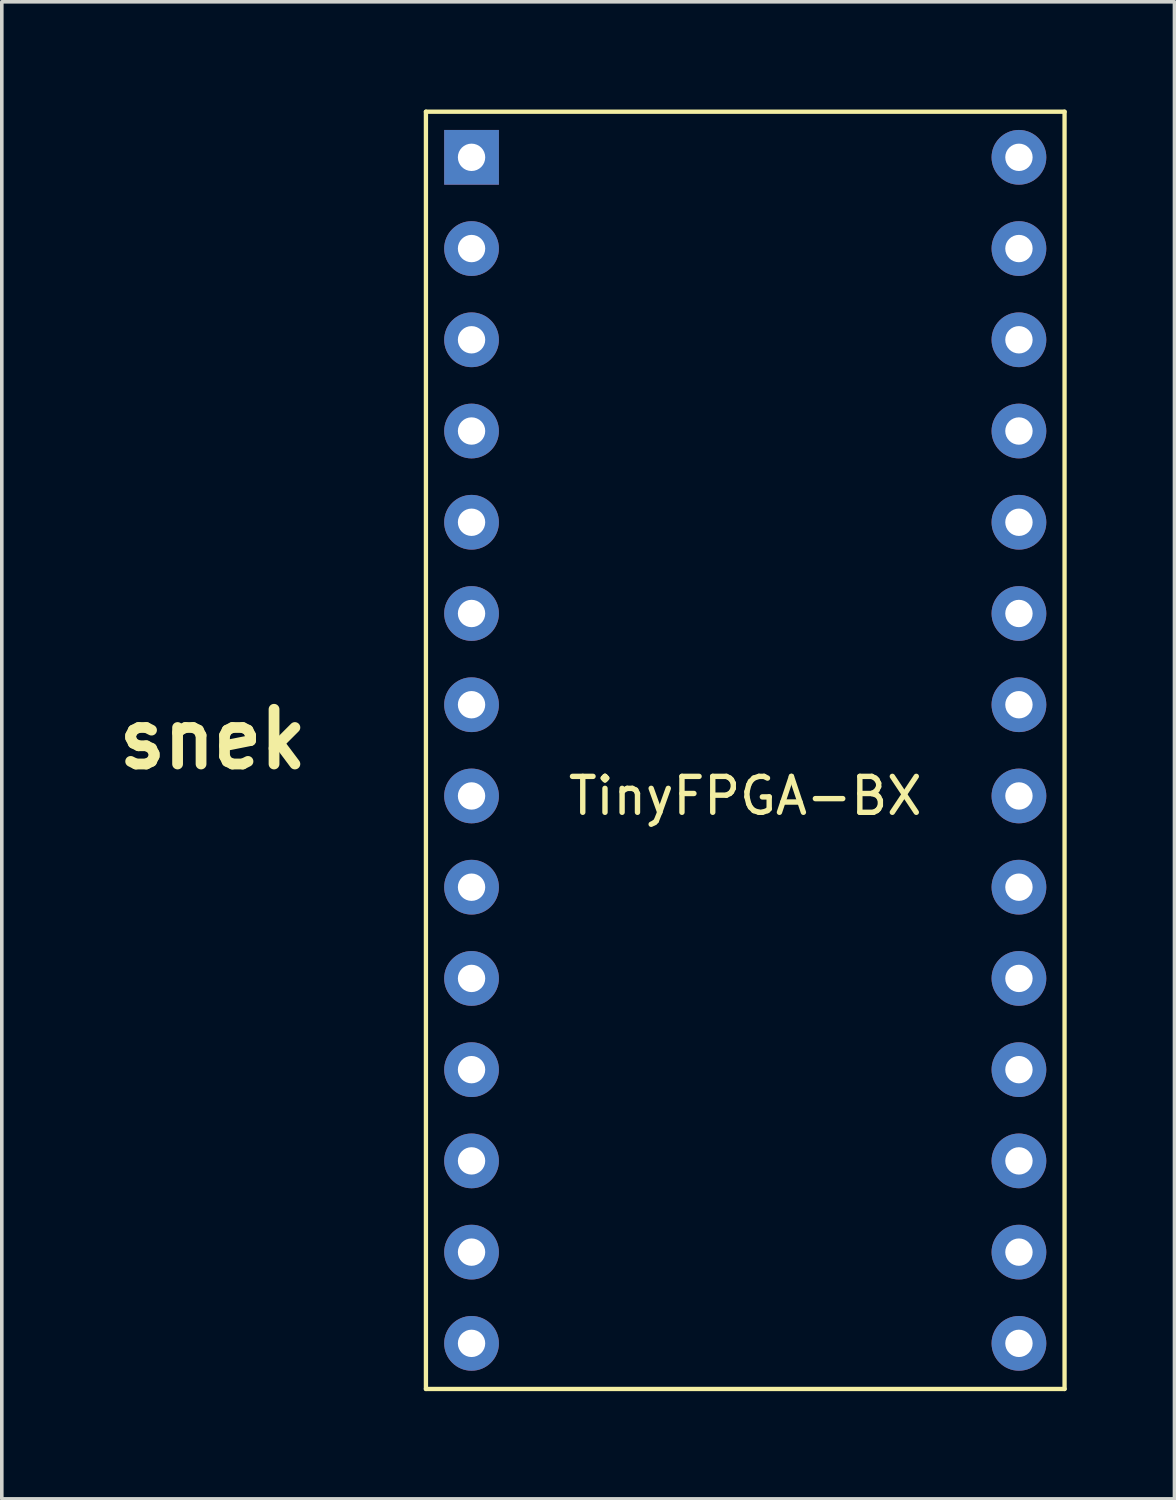
<source format=kicad_pcb>
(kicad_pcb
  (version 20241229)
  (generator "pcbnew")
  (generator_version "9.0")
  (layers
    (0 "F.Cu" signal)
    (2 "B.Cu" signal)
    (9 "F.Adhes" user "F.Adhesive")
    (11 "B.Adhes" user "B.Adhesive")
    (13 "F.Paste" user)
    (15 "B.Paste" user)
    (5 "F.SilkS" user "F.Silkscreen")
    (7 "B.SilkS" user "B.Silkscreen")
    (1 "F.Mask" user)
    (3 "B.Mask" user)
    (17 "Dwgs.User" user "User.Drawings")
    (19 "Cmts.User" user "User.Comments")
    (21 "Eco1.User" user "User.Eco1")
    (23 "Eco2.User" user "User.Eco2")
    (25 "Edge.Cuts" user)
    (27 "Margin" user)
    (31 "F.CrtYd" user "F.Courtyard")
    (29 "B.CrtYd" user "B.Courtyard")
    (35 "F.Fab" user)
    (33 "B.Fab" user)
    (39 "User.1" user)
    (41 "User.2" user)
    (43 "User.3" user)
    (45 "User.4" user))
  (footprint "snek"
    (layer "F.Cu")
    (at 2.874 17.531)
    (property "Reference" "snek" (at 0 0 0) (layer "F.SilkS") (effects (font (size 1.524 1.524) (thickness 0.3))))
    (attr through_hole)
    (fp_poly (pts (xy -1.169 -7.277) (xy -1.104 -7.202) (xy -1.05 -7.019) (xy -1.019 -6.752) (xy -1.016 -6.643) (xy -1.016 -6.248) (xy -0.546 -6.678) (xy -0.089 -7.021) (xy 0.358 -7.217) (xy 0.782 -7.262) (xy 1.167 -7.154) (xy 1.444 -6.951) (xy 1.621 -6.724) (xy 1.745 -6.436) (xy 1.821 -6.058) (xy 1.859 -5.56) (xy 1.865 -5.207) (xy 1.88 -4.725) (xy 1.916 -4.171) (xy 1.968 -3.641) (xy 1.99 -3.471) (xy 2.05 -3.03) (xy 2.088 -2.725) (xy 2.101 -2.526) (xy 2.091 -2.4) (xy 2.054 -2.317) (xy 1.991 -2.245) (xy 1.947 -2.201) (xy 1.73 -2.053) (xy 1.525 -2.07) (xy 1.368 -2.188) (xy 1.277 -2.362) (xy 1.195 -2.68) (xy 1.125 -3.117) (xy 1.07 -3.647) (xy 1.032 -4.244) (xy 1.016 -4.883) (xy 1.016 -4.993) (xy 1.009 -5.507) (xy 0.983 -5.874) (xy 0.93 -6.119) (xy 0.843 -6.265) (xy 0.713 -6.334) (xy 0.553 -6.35) (xy 0.228 -6.268) (xy -0.101 -6.027) (xy -0.424 -5.641) (xy -0.73 -5.118) (xy -0.741 -5.095) (xy -0.877 -4.814) (xy -0.967 -4.59) (xy -1.023 -4.375) (xy -1.054 -4.121) (xy -1.068 -3.781) (xy -1.075 -3.448) (xy -1.091 -2.97) (xy -1.122 -2.607) (xy -1.164 -2.38) (xy -1.191 -2.321) (xy -1.375 -2.214) (xy -1.607 -2.211) (xy -1.808 -2.307) (xy -1.871 -2.386) (xy -1.896 -2.521) (xy -1.914 -2.795) (xy -1.924 -3.182) (xy -1.927 -3.654) (xy -1.923 -4.184) (xy -1.914 -4.745) (xy -1.899 -5.309) (xy -1.88 -5.85) (xy -1.857 -6.34) (xy -1.831 -6.752) (xy -1.802 -7.059) (xy -1.771 -7.234) (xy -1.759 -7.26) (xy -1.589 -7.354) (xy -1.365 -7.357) (xy -1.169 -7.277)) (stroke (width 0.01) (type solid)) (fill yes) (layer "F.Mask"))
    (fp_poly (pts (xy -1.156 10.029) (xy -1.121 10.04) (xy -1.008 10.102) (xy -0.92 10.211) (xy -0.855 10.385) (xy -0.811 10.641) (xy -0.786 10.999) (xy -0.778 11.475) (xy -0.784 12.088) (xy -0.797 12.679) (xy -0.81 13.313) (xy -0.813 13.821) (xy -0.805 14.192) (xy -0.787 14.414) (xy -0.763 14.478) (xy -0.656 14.422) (xy -0.453 14.268) (xy -0.177 14.036) (xy 0.147 13.749) (xy 0.495 13.426) (xy 0.845 13.09) (xy 1.056 12.878) (xy 1.32 12.622) (xy 1.554 12.42) (xy 1.724 12.299) (xy 1.784 12.277) (xy 1.97 12.35) (xy 2.126 12.53) (xy 2.2 12.753) (xy 2.201 12.779) (xy 2.134 12.945) (xy 1.932 13.214) (xy 1.595 13.584) (xy 1.455 13.728) (xy 0.709 14.485) (xy 1.376 15.391) (xy 1.783 15.96) (xy 2.08 16.418) (xy 2.272 16.776) (xy 2.362 17.049) (xy 2.356 17.25) (xy 2.258 17.391) (xy 2.086 17.481) (xy 1.996 17.513) (xy 1.92 17.526) (xy 1.845 17.503) (xy 1.753 17.428) (xy 1.63 17.284) (xy 1.458 17.055) (xy 1.223 16.725) (xy 0.909 16.276) (xy 0.836 16.171) (xy 0.585 15.814) (xy 0.365 15.505) (xy 0.197 15.272) (xy 0.1 15.142) (xy 0.087 15.127) (xy -0.013 15.132) (xy -0.205 15.218) (xy -0.405 15.337) (xy -0.623 15.5) (xy -0.772 15.672) (xy -0.865 15.889) (xy -0.913 16.187) (xy -0.93 16.603) (xy -0.931 16.813) (xy -0.945 17.099) (xy -0.999 17.271) (xy -1.11 17.387) (xy -1.12 17.394) (xy -1.296 17.502) (xy -1.424 17.503) (xy -1.585 17.393) (xy -1.604 17.377) (xy -1.788 17.228) (xy -1.704 14.308) (xy -1.685 13.594) (xy -1.67 12.91) (xy -1.66 12.281) (xy -1.655 11.732) (xy -1.654 11.286) (xy -1.659 10.968) (xy -1.666 10.837) (xy -1.685 10.529) (xy -1.672 10.338) (xy -1.616 10.213) (xy -1.531 10.123) (xy -1.352 10.012) (xy -1.156 10.029)) (stroke (width 0.01) (type solid)) (fill yes) (layer "F.Mask"))
    (fp_poly (pts (xy 1.319 -17.445) (xy 1.461 -17.203) (xy 1.555 -16.8) (xy 1.576 -16.615) (xy 1.602 -16.301) (xy 1.602 -16.112) (xy 1.565 -16.006) (xy 1.479 -15.941) (xy 1.402 -15.904) (xy 1.146 -15.852) (xy 0.949 -15.958) (xy 0.808 -16.222) (xy 0.747 -16.402) (xy 0.714 -16.491) (xy 0.714 -16.491) (xy 0.633 -16.478) (xy 0.43 -16.424) (xy 0.142 -16.338) (xy 0.025 -16.301) (xy -0.397 -16.142) (xy -0.733 -15.967) (xy -0.969 -15.788) (xy -1.091 -15.622) (xy -1.086 -15.481) (xy -0.94 -15.382) (xy -0.868 -15.362) (xy -0.387 -15.242) (xy 0.074 -15.099) (xy 0.467 -14.949) (xy 0.746 -14.809) (xy 0.765 -14.796) (xy 1.137 -14.461) (xy 1.378 -14.067) (xy 1.488 -13.644) (xy 1.467 -13.219) (xy 1.316 -12.823) (xy 1.035 -12.485) (xy 0.735 -12.285) (xy 0.417 -12.156) (xy 0.062 -12.083) (xy -0.323 -12.056) (xy -0.66 -12.05) (xy -0.948 -12.056) (xy -1.13 -12.073) (xy -1.143 -12.075) (xy -1.621 -12.23) (xy -1.993 -12.419) (xy -2.248 -12.628) (xy -2.373 -12.843) (xy -2.357 -13.051) (xy -2.188 -13.239) (xy -2.171 -13.25) (xy -2.045 -13.318) (xy -1.924 -13.325) (xy -1.753 -13.264) (xy -1.535 -13.155) (xy -1.22 -13.016) (xy -0.911 -12.947) (xy -0.527 -12.929) (xy -0.029 -12.963) (xy 0.32 -13.065) (xy 0.525 -13.24) (xy 0.593 -13.49) (xy 0.593 -13.492) (xy 0.544 -13.757) (xy 0.387 -13.975) (xy 0.107 -14.157) (xy -0.314 -14.312) (xy -0.777 -14.429) (xy -1.12 -14.519) (xy -1.422 -14.626) (xy -1.624 -14.727) (xy -1.639 -14.738) (xy -1.872 -15.021) (xy -1.979 -15.378) (xy -1.962 -15.771) (xy -1.822 -16.163) (xy -1.587 -16.487) (xy -1.442 -16.613) (xy -1.246 -16.732) (xy -0.969 -16.856) (xy -0.582 -17) (xy -0.158 -17.143) (xy 0.266 -17.28) (xy 0.639 -17.395) (xy 0.927 -17.479) (xy 1.099 -17.522) (xy 1.127 -17.526) (xy 1.319 -17.445)) (stroke (width 0.01) (type solid)) (fill yes) (layer "F.Mask"))
    (fp_poly (pts (xy 0.821 2.741) (xy 1.3 2.894) (xy 1.649 3.143) (xy 1.862 3.483) (xy 1.924 3.751) (xy 1.935 4.005) (xy 1.877 4.192) (xy 1.722 4.399) (xy 1.705 4.418) (xy 1.589 4.537) (xy 1.445 4.654) (xy 1.251 4.782) (xy 0.987 4.93) (xy 0.632 5.112) (xy 0.167 5.338) (xy -0.429 5.62) (xy -0.528 5.666) (xy -1.368 6.059) (xy -1.13 6.297) (xy -0.811 6.568) (xy -0.483 6.728) (xy -0.086 6.801) (xy 0.212 6.811) (xy 0.804 6.768) (xy 1.267 6.636) (xy 1.62 6.409) (xy 1.702 6.327) (xy 1.886 6.16) (xy 2.048 6.113) (xy 2.151 6.129) (xy 2.349 6.251) (xy 2.432 6.463) (xy 2.388 6.718) (xy 2.331 6.824) (xy 2.183 6.969) (xy 1.932 7.141) (xy 1.631 7.303) (xy 1.624 7.306) (xy 1.286 7.45) (xy 0.982 7.535) (xy 0.637 7.579) (xy 0.34 7.594) (xy -0.206 7.587) (xy -0.64 7.528) (xy -0.762 7.495) (xy -1.155 7.314) (xy -1.524 7.049) (xy -1.813 6.746) (xy -1.909 6.596) (xy -2.083 6.094) (xy -2.144 5.518) (xy -2.113 5.096) (xy -1.387 5.096) (xy -1.34 5.163) (xy -1.328 5.164) (xy -1.218 5.128) (xy -0.989 5.03) (xy -0.671 4.884) (xy -0.296 4.705) (xy -0.212 4.663) (xy 0.19 4.462) (xy 0.556 4.272) (xy 0.85 4.113) (xy 1.034 4.004) (xy 1.047 3.995) (xy 1.29 3.827) (xy 1.056 3.674) (xy 0.804 3.57) (xy 0.443 3.5) (xy 0.282 3.486) (xy -0.04 3.476) (xy -0.263 3.505) (xy -0.457 3.588) (xy -0.584 3.667) (xy -0.889 3.957) (xy -1.153 4.38) (xy -1.352 4.902) (xy -1.352 4.902) (xy -1.387 5.096) (xy -2.113 5.096) (xy -2.099 4.911) (xy -1.956 4.315) (xy -1.724 3.773) (xy -1.409 3.327) (xy -1.281 3.201) (xy -0.898 2.924) (xy -0.491 2.76) (xy -0.004 2.692) (xy 0.22 2.688) (xy 0.821 2.741)) (stroke (width 0.01) (type solid)) (fill yes) (layer "F.Mask")))
  (footprint "TinyFPGA-BX"
    (layer "F.Cu")
    (at 17.698 17.84)
    (property "Reference" "TinyFPGA-BX" (at 0 1.27 0) (layer "F.SilkS") (effects (font (size 1 1) (thickness 0.15))))
    (attr through_hole)
    (fp_line (start -8.89 -17.78) (end -8.89 17.78) (stroke (width 0.12) (type solid)) (layer "F.SilkS"))
    (fp_line (start -8.89 -17.78) (end 8.89 -17.78) (stroke (width 0.12) (type solid)) (layer "F.SilkS"))
    (fp_line (start 8.89 -17.78) (end 8.89 17.78) (stroke (width 0.12) (type solid)) (layer "F.SilkS"))
    (fp_line (start 8.89 17.78) (end -8.89 17.78) (stroke (width 0.12) (type solid)) (layer "F.SilkS"))
    (pad "0" thru_hole rect (at -7.62 -16.51) (size 1.524 1.524) (drill 0.762) (layers "*.Cu" "*.Mask"))
    (pad "1" thru_hole circle (at -7.62 -13.97) (size 1.524 1.524) (drill 0.762) (layers "*.Cu" "*.Mask"))
    (pad "2" thru_hole circle (at -7.62 -11.43) (size 1.524 1.524) (drill 0.762) (layers "*.Cu" "*.Mask"))
    (pad "3" thru_hole circle (at -7.62 -8.89) (size 1.524 1.524) (drill 0.762) (layers "*.Cu" "*.Mask"))
    (pad "4" thru_hole circle (at -7.62 -6.35) (size 1.524 1.524) (drill 0.762) (layers "*.Cu" "*.Mask"))
    (pad "5" thru_hole circle (at -7.62 -3.81) (size 1.524 1.524) (drill 0.762) (layers "*.Cu" "*.Mask"))
    (pad "6" thru_hole circle (at -7.62 -1.27) (size 1.524 1.524) (drill 0.762) (layers "*.Cu" "*.Mask"))
    (pad "7" thru_hole circle (at -7.62 1.27) (size 1.524 1.524) (drill 0.762) (layers "*.Cu" "*.Mask"))
    (pad "8" thru_hole circle (at -7.62 3.81) (size 1.524 1.524) (drill 0.762) (layers "*.Cu" "*.Mask"))
    (pad "9" thru_hole circle (at -7.62 6.35) (size 1.524 1.524) (drill 0.762) (layers "*.Cu" "*.Mask"))
    (pad "10" thru_hole circle (at -7.62 8.89) (size 1.524 1.524) (drill 0.762) (layers "*.Cu" "*.Mask"))
    (pad "11" thru_hole circle (at -7.62 11.43) (size 1.524 1.524) (drill 0.762) (layers "*.Cu" "*.Mask"))
    (pad "12" thru_hole circle (at -7.62 13.97) (size 1.524 1.524) (drill 0.762) (layers "*.Cu" "*.Mask"))
    (pad "13" thru_hole circle (at -7.62 16.51) (size 1.524 1.524) (drill 0.762) (layers "*.Cu" "*.Mask"))
    (pad "14" thru_hole circle (at 7.62 16.51) (size 1.524 1.524) (drill 0.762) (layers "*.Cu" "*.Mask"))
    (pad "15" thru_hole circle (at 7.62 13.97) (size 1.524 1.524) (drill 0.762) (layers "*.Cu" "*.Mask"))
    (pad "16" thru_hole circle (at 7.62 11.43) (size 1.524 1.524) (drill 0.762) (layers "*.Cu" "*.Mask"))
    (pad "17" thru_hole circle (at 7.62 8.89) (size 1.524 1.524) (drill 0.762) (layers "*.Cu" "*.Mask"))
    (pad "18" thru_hole circle (at 7.62 6.35) (size 1.524 1.524) (drill 0.762) (layers "*.Cu" "*.Mask"))
    (pad "19" thru_hole circle (at 7.62 3.81) (size 1.524 1.524) (drill 0.762) (layers "*.Cu" "*.Mask"))
    (pad "20" thru_hole circle (at 7.62 1.27) (size 1.524 1.524) (drill 0.762) (layers "*.Cu" "*.Mask"))
    (pad "21" thru_hole circle (at 7.62 -1.27) (size 1.524 1.524) (drill 0.762) (layers "*.Cu" "*.Mask"))
    (pad "22" thru_hole circle (at 7.62 -3.81) (size 1.524 1.524) (drill 0.762) (layers "*.Cu" "*.Mask"))
    (pad "23" thru_hole circle (at 7.62 -6.35) (size 1.524 1.524) (drill 0.762) (layers "*.Cu" "*.Mask"))
    (pad "24" thru_hole circle (at 7.62 -8.89) (size 1.524 1.524) (drill 0.762) (layers "*.Cu" "*.Mask"))
    (pad "25" thru_hole circle (at 7.62 -11.43) (size 1.524 1.524) (drill 0.762) (layers "*.Cu" "*.Mask"))
    (pad "26" thru_hole circle (at 7.62 -13.97) (size 1.524 1.524) (drill 0.762) (layers "*.Cu" "*.Mask"))
    (pad "27" thru_hole circle (at 7.62 -16.51) (size 1.524 1.524) (drill 0.762) (layers "*.Cu" "*.Mask")))
  (gr_rect
    (start -3 -3)
    (end 29.648 38.68)
    (stroke (width 0.1) (type default))
    (fill no)
    (layer "Edge.Cuts")))
</source>
